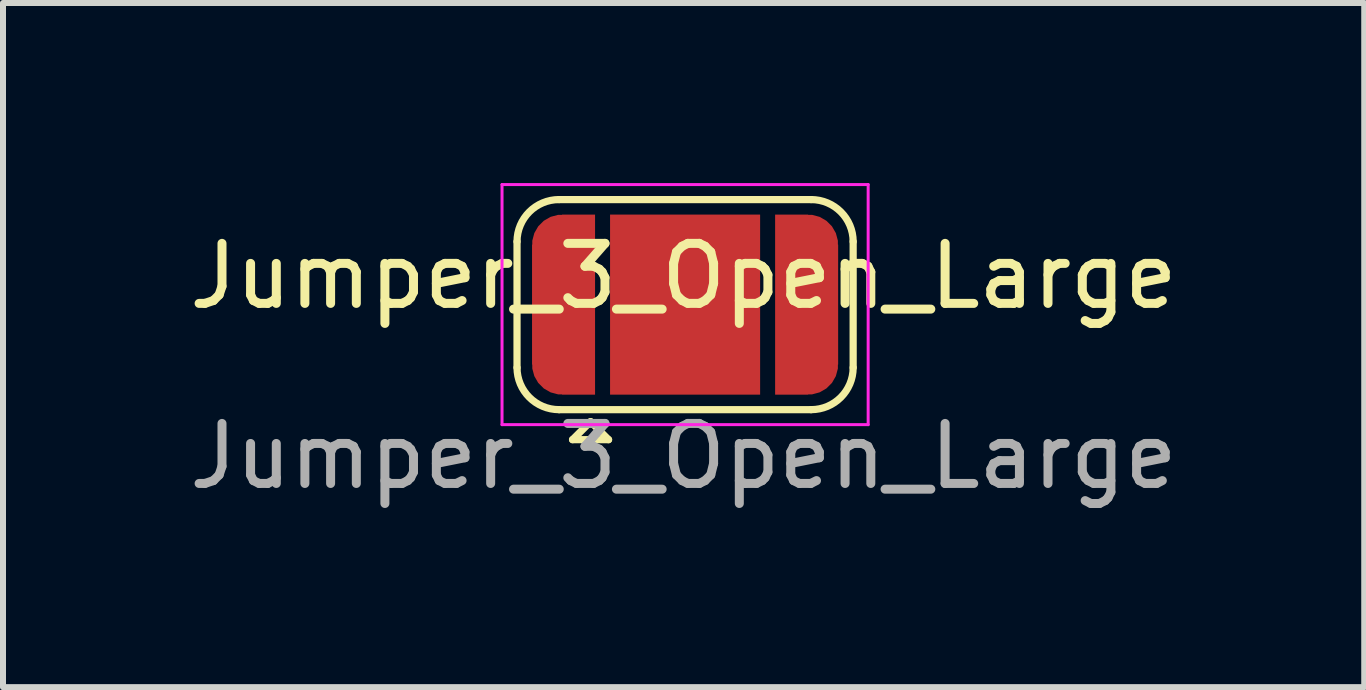
<source format=kicad_pcb>
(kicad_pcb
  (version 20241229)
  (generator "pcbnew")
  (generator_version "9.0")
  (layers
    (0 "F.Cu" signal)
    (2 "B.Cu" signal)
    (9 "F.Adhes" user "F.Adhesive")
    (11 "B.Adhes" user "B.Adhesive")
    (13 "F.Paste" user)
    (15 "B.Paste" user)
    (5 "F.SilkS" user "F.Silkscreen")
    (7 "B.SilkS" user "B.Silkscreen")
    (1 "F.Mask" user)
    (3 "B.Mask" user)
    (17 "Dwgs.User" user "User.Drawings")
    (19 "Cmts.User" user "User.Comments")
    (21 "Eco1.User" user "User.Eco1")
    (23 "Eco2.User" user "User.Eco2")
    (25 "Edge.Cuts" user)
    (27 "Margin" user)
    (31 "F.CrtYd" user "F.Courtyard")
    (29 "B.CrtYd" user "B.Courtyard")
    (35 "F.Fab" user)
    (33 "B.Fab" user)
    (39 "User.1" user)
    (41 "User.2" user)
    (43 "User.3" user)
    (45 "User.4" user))
  (footprint "Jumper_3_Open_Large"
    (layer "F.Cu")
    (at 8.339 2.05)
    (property "Reference" "Jumper_3_Open_Large" (at 0 -0.5 0) (unlocked yes) (layer "F.SilkS") (effects (font (size 1 1) (thickness 0.15))))
    (attr smd)
    (fp_line (start -2.775 1.025) (end -2.775 -1.075) (stroke (width 0.12) (type solid)) (layer "F.SilkS"))
    (fp_line (start -2.075 -1.775) (end 2.125 -1.775) (stroke (width 0.12) (type solid)) (layer "F.SilkS"))
    (fp_line (start -1.85 2.225) (end -1.25 2.225) (stroke (width 0.12) (type solid)) (layer "F.SilkS"))
    (fp_line (start -1.55 1.925) (end -1.85 2.225) (stroke (width 0.12) (type solid)) (layer "F.SilkS"))
    (fp_line (start -1.55 1.925) (end -1.25 2.225) (stroke (width 0.12) (type solid)) (layer "F.SilkS"))
    (fp_line (start 2.125 1.725) (end -2.075 1.725) (stroke (width 0.12) (type solid)) (layer "F.SilkS"))
    (fp_line (start 2.825 -1.075) (end 2.825 1.025) (stroke (width 0.12) (type solid)) (layer "F.SilkS"))
    (fp_arc (start -2.775 -1.075) (mid -2.569975 -1.569975) (end -2.075 -1.775) (stroke (width 0.12) (type solid)) (layer "F.SilkS"))
    (fp_arc (start -2.075 1.725) (mid -2.569975 1.519975) (end -2.775 1.025) (stroke (width 0.12) (type solid)) (layer "F.SilkS"))
    (fp_arc (start 2.125 -1.775) (mid 2.619975 -1.569975) (end 2.825 -1.075) (stroke (width 0.12) (type solid)) (layer "F.SilkS"))
    (fp_arc (start 2.825 1.025) (mid 2.619975 1.519975) (end 2.125 1.725) (stroke (width 0.12) (type solid)) (layer "F.SilkS"))
    (fp_line (start -3.025 -2.025) (end -3.025 1.975) (stroke (width 0.05) (type solid)) (layer "F.CrtYd"))
    (fp_line (start -3.025 -2.025) (end 3.075 -2.025) (stroke (width 0.05) (type solid)) (layer "F.CrtYd"))
    (fp_line (start 3.075 1.975) (end -3.025 1.975) (stroke (width 0.05) (type solid)) (layer "F.CrtYd"))
    (fp_line (start 3.075 1.975) (end 3.075 -2.025) (stroke (width 0.05) (type solid)) (layer "F.CrtYd"))
    (fp_text user "${REFERENCE}" (at 0 2.5 0) (unlocked yes) (layer "F.Fab") (effects (font (size 1 1) (thickness 0.15))))
    (pad "1" smd custom (at -2.025 -0.025) (size 1 2) (layers "F.Cu" "F.Mask") (options (anchor rect)) (primitives (gr_circle (center 0 1) (end 0.5 1) (width 0) (fill yes)) (gr_circle (center 0 -1) (end 0.5 -1) (width 0) (fill yes)) (gr_poly (pts (xy 0.55 1.5) (xy 0 1.5) (xy 0 -1.5) (xy 0.55 -1.5)) (width 0) (fill yes))))
    (pad "2" smd rect (at 0.025 -0.025) (size 2.5 3) (layers "F.Cu" "F.Mask"))
    (pad "3" smd custom (at 2.075 -0.025 180) (size 1 2) (layers "F.Cu" "F.Mask") (options (anchor rect)) (primitives (gr_circle (center 0 1) (end 0.5 1) (width 0) (fill yes)) (gr_circle (center 0 -1) (end 0.5 -1) (width 0) (fill yes)) (gr_poly (pts (xy 0.55 1.5) (xy 0 1.5) (xy 0 -1.5) (xy 0.55 -1.5)) (width 0) (fill yes)))))
  (gr_rect
    (start -3 -3)
    (end 19.679 8.398)
    (stroke (width 0.1) (type default))
    (fill no)
    (layer "Edge.Cuts")))
</source>
